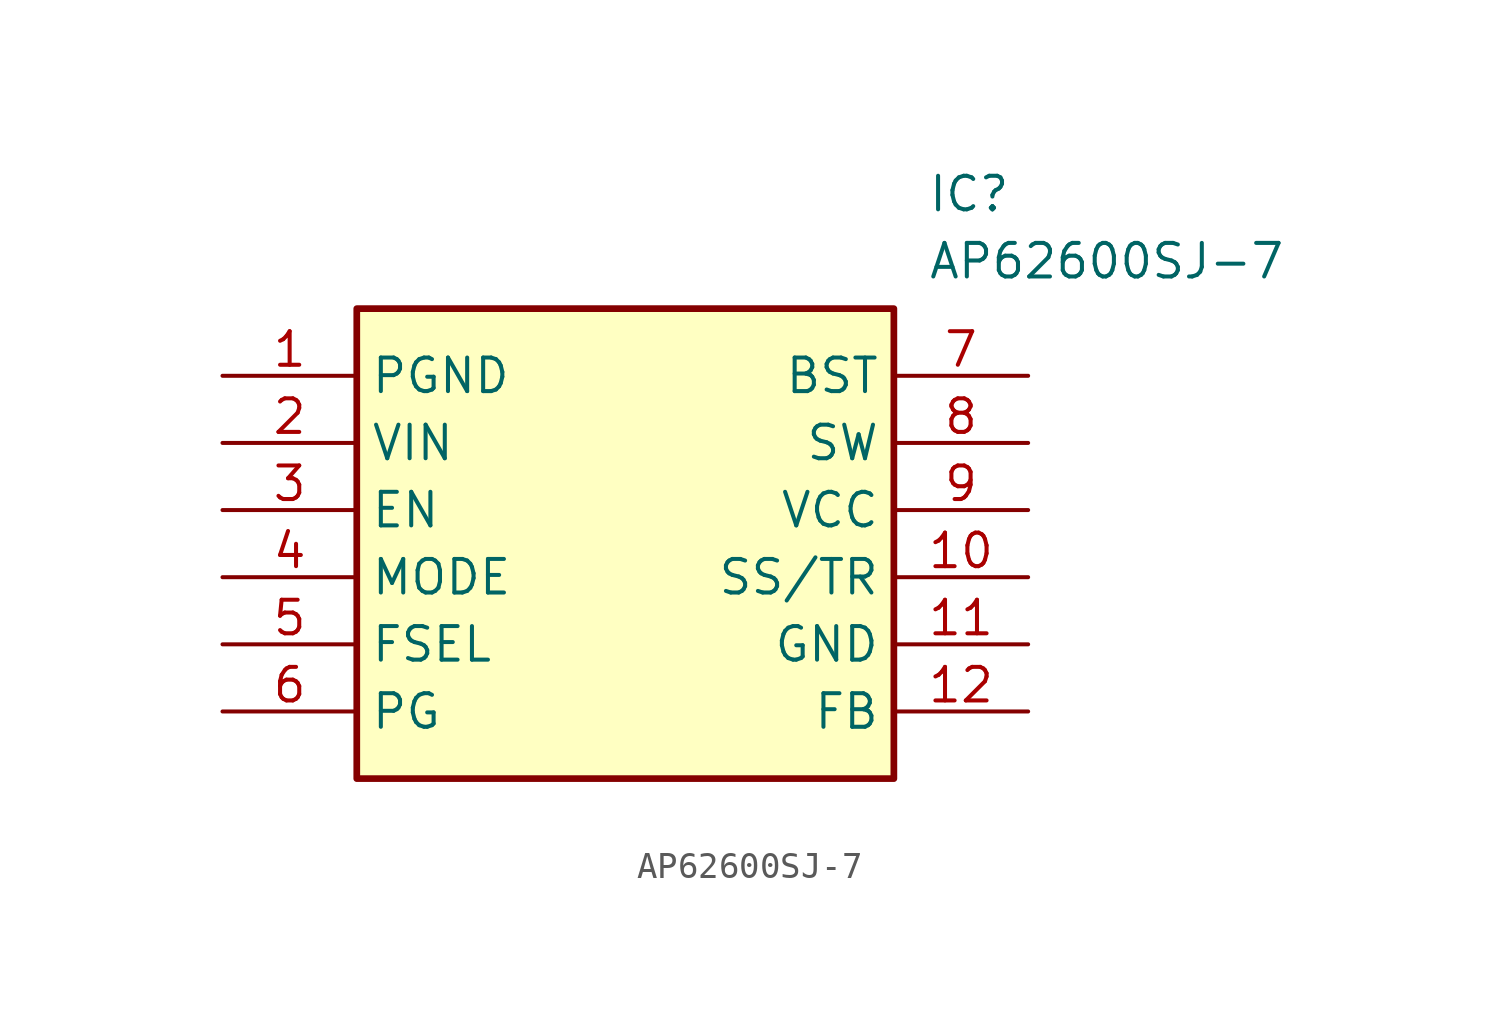
<source format=kicad_sym>
(kicad_symbol_lib
  (version 20211014)
  (generator SamacSys_ECAD_Model)
  (symbol "AP62600SJ-7"
    (property "Reference" "IC"
      (at 26.67 7.62 0)
      (effects (font (size 1.27 1.27)) (justify left top)))
    (property "Value" "AP62600SJ-7"
      (at 26.67 5.08 0)
      (effects (font (size 1.27 1.27)) (justify left top)))
    (rectangle
      (start 5.08 2.54)
      (end 25.4 -15.24)
      (stroke (width 0.254) (type default))
      (fill (type background)))
    (pin passive line
      (at 0 0 0)
      (length 5.08)
      (name "PGND" (effects (font (size 1.27 1.27))))
      (number "1" (effects (font (size 1.27 1.27)))))
    (pin passive line
      (at 0 -2.54 0)
      (length 5.08)
      (name "VIN" (effects (font (size 1.27 1.27))))
      (number "2" (effects (font (size 1.27 1.27)))))
    (pin passive line
      (at 0 -5.08 0)
      (length 5.08)
      (name "EN" (effects (font (size 1.27 1.27))))
      (number "3" (effects (font (size 1.27 1.27)))))
    (pin passive line
      (at 0 -7.62 0)
      (length 5.08)
      (name "MODE" (effects (font (size 1.27 1.27))))
      (number "4" (effects (font (size 1.27 1.27)))))
    (pin passive line
      (at 0 -10.16 0)
      (length 5.08)
      (name "FSEL" (effects (font (size 1.27 1.27))))
      (number "5" (effects (font (size 1.27 1.27)))))
    (pin passive line
      (at 0 -12.7 0)
      (length 5.08)
      (name "PG" (effects (font (size 1.27 1.27))))
      (number "6" (effects (font (size 1.27 1.27)))))
    (pin passive line
      (at 30.48 0 180)
      (length 5.08)
      (name "BST" (effects (font (size 1.27 1.27))))
      (number "7" (effects (font (size 1.27 1.27)))))
    (pin passive line
      (at 30.48 -2.54 180)
      (length 5.08)
      (name "SW" (effects (font (size 1.27 1.27))))
      (number "8" (effects (font (size 1.27 1.27)))))
    (pin passive line
      (at 30.48 -5.08 180)
      (length 5.08)
      (name "VCC" (effects (font (size 1.27 1.27))))
      (number "9" (effects (font (size 1.27 1.27)))))
    (pin passive line
      (at 30.48 -7.62 180)
      (length 5.08)
      (name "SS/TR" (effects (font (size 1.27 1.27))))
      (number "10" (effects (font (size 1.27 1.27)))))
    (pin passive line
      (at 30.48 -10.16 180)
      (length 5.08)
      (name "GND" (effects (font (size 1.27 1.27))))
      (number "11" (effects (font (size 1.27 1.27)))))
    (pin passive line
      (at 30.48 -12.7 180)
      (length 5.08)
      (name "FB" (effects (font (size 1.27 1.27))))
      (number "12" (effects (font (size 1.27 1.27)))))))
</source>
